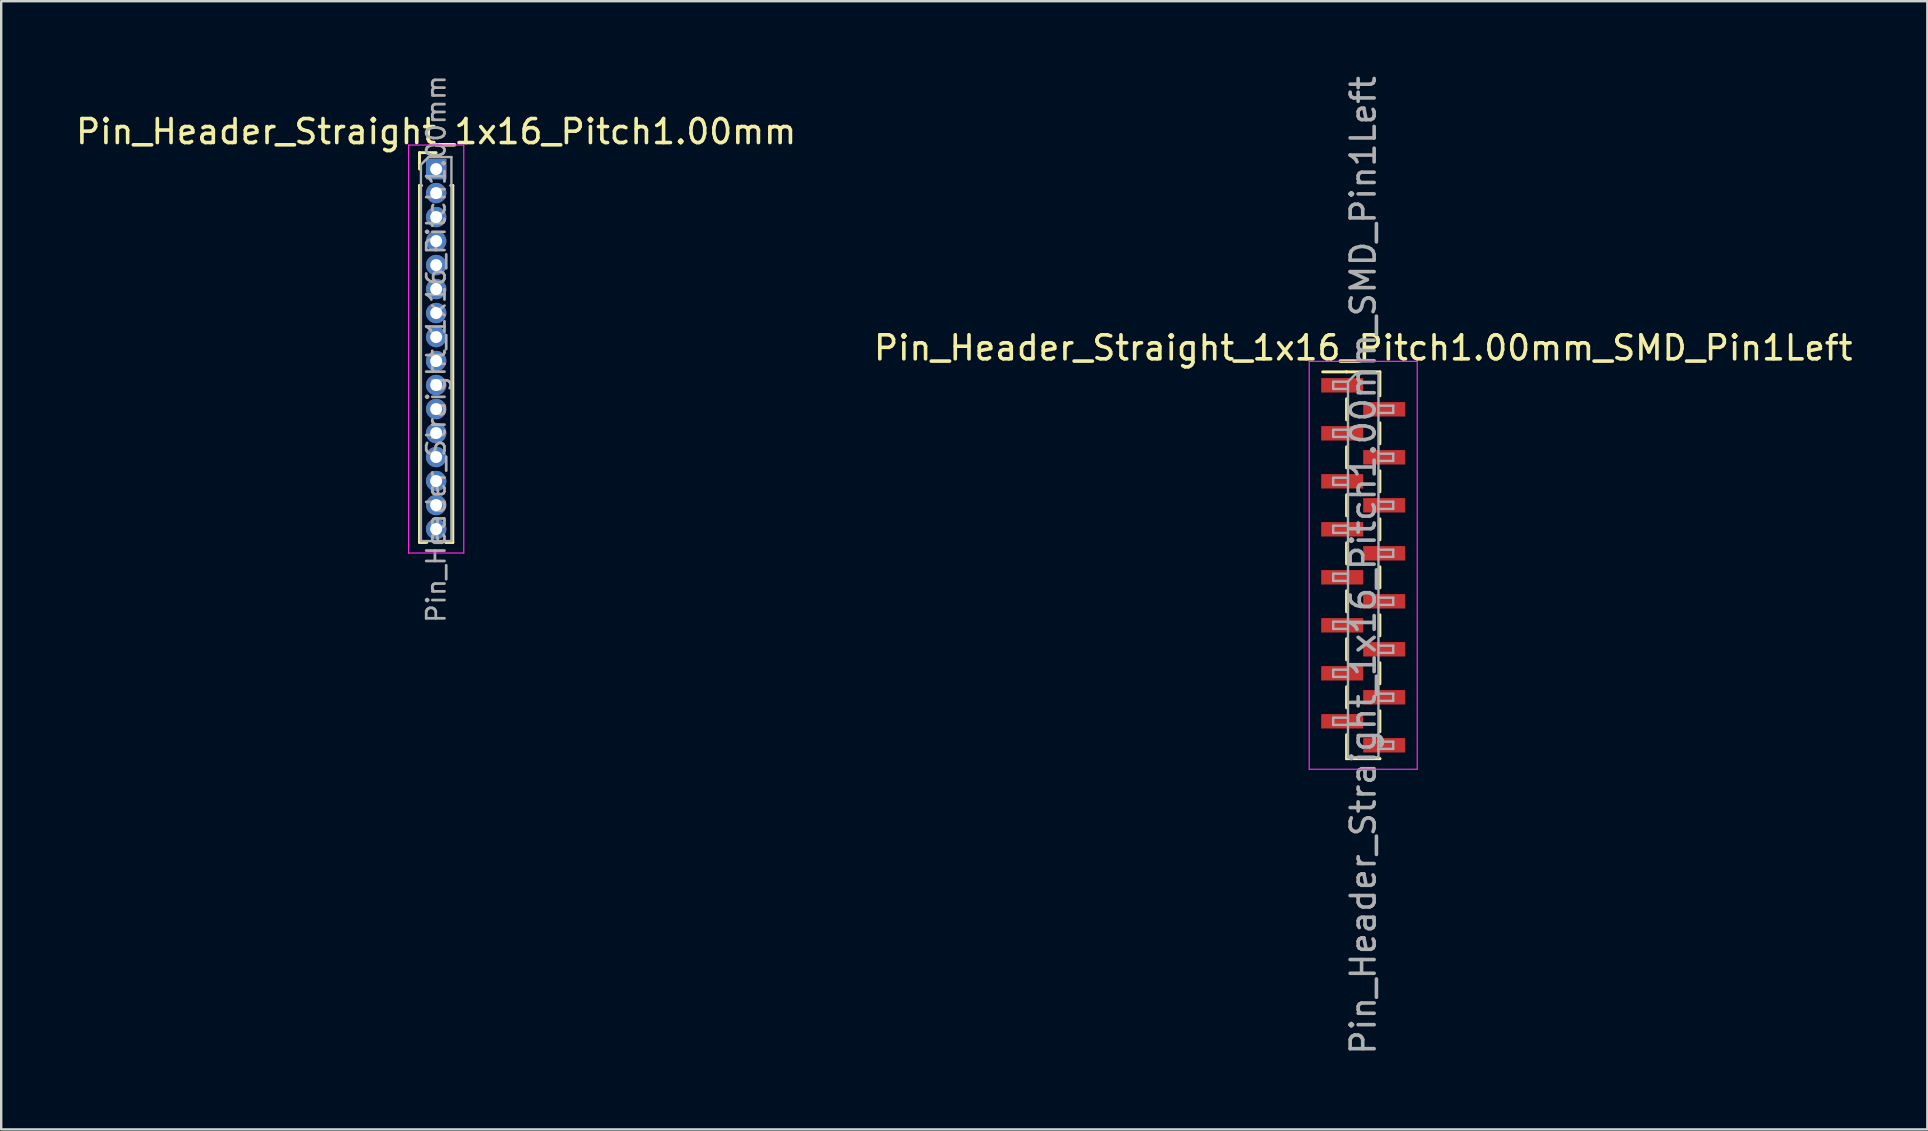
<source format=kicad_pcb>
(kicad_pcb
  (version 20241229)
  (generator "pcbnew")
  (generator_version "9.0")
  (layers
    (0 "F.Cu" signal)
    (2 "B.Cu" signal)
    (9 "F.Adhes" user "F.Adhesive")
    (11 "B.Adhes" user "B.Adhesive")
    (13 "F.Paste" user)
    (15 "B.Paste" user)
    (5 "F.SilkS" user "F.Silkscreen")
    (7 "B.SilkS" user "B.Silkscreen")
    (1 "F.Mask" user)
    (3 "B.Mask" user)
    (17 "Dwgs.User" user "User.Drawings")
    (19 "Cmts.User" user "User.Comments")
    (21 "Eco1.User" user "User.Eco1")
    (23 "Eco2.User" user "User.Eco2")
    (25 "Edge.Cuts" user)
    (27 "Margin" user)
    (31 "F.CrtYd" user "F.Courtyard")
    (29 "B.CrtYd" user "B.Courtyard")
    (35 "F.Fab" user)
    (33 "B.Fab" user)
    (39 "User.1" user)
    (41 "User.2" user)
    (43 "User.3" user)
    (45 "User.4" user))
  (footprint "Pin_Header_Straight_1x16_Pitch1.00mm_SMD_Pin1Left"
    (layer "F.Cu")
    (at 53.756 20.506)
    (property "Reference" "Pin_Header_Straight_1x16_Pitch1.00mm_SMD_Pin1Left" (at 0 -9.06 0) (layer "F.SilkS") (effects (font (size 1 1) (thickness 0.15))))
    (attr smd)
    (fp_line (start -0.695 -8.06) (end -1.69 -8.06) (stroke (width 0.12) (type solid)) (layer "F.SilkS"))
    (fp_line (start -0.695 -8.06) (end -0.695 -8.06) (stroke (width 0.12) (type solid)) (layer "F.SilkS"))
    (fp_line (start -0.695 -8.06) (end 0.695 -8.06) (stroke (width 0.12) (type solid)) (layer "F.SilkS"))
    (fp_line (start -0.695 -6.94) (end -0.695 -6.06) (stroke (width 0.12) (type solid)) (layer "F.SilkS"))
    (fp_line (start -0.695 -4.94) (end -0.695 -4.06) (stroke (width 0.12) (type solid)) (layer "F.SilkS"))
    (fp_line (start -0.695 -2.94) (end -0.695 -2.06) (stroke (width 0.12) (type solid)) (layer "F.SilkS"))
    (fp_line (start -0.695 -0.94) (end -0.695 -0.06) (stroke (width 0.12) (type solid)) (layer "F.SilkS"))
    (fp_line (start -0.695 1.06) (end -0.695 1.94) (stroke (width 0.12) (type solid)) (layer "F.SilkS"))
    (fp_line (start -0.695 3.06) (end -0.695 3.94) (stroke (width 0.12) (type solid)) (layer "F.SilkS"))
    (fp_line (start -0.695 5.06) (end -0.695 5.94) (stroke (width 0.12) (type solid)) (layer "F.SilkS"))
    (fp_line (start -0.695 7.06) (end -0.695 8.06) (stroke (width 0.12) (type solid)) (layer "F.SilkS"))
    (fp_line (start -0.695 8.06) (end 0.695 8.06) (stroke (width 0.12) (type solid)) (layer "F.SilkS"))
    (fp_line (start 0.695 -8.06) (end 0.695 -7.06) (stroke (width 0.12) (type solid)) (layer "F.SilkS"))
    (fp_line (start 0.695 -5.94) (end 0.695 -5.06) (stroke (width 0.12) (type solid)) (layer "F.SilkS"))
    (fp_line (start 0.695 -3.94) (end 0.695 -3.06) (stroke (width 0.12) (type solid)) (layer "F.SilkS"))
    (fp_line (start 0.695 -1.94) (end 0.695 -1.06) (stroke (width 0.12) (type solid)) (layer "F.SilkS"))
    (fp_line (start 0.695 0.06) (end 0.695 0.94) (stroke (width 0.12) (type solid)) (layer "F.SilkS"))
    (fp_line (start 0.695 2.06) (end 0.695 2.94) (stroke (width 0.12) (type solid)) (layer "F.SilkS"))
    (fp_line (start 0.695 4.06) (end 0.695 4.94) (stroke (width 0.12) (type solid)) (layer "F.SilkS"))
    (fp_line (start 0.695 6.06) (end 0.695 6.94) (stroke (width 0.12) (type solid)) (layer "F.SilkS"))
    (fp_line (start 0.695 8.06) (end 0.695 8.06) (stroke (width 0.12) (type solid)) (layer "F.SilkS"))
    (fp_line (start -2.25 -8.5) (end -2.25 8.5) (stroke (width 0.05) (type solid)) (layer "F.CrtYd"))
    (fp_line (start -2.25 8.5) (end 2.25 8.5) (stroke (width 0.05) (type solid)) (layer "F.CrtYd"))
    (fp_line (start 2.25 -8.5) (end -2.25 -8.5) (stroke (width 0.05) (type solid)) (layer "F.CrtYd"))
    (fp_line (start 2.25 8.5) (end 2.25 -8.5) (stroke (width 0.05) (type solid)) (layer "F.CrtYd"))
    (fp_line (start -1.25 -7.65) (end -1.25 -7.35) (stroke (width 0.1) (type solid)) (layer "F.Fab"))
    (fp_line (start -1.25 -7.35) (end -0.635 -7.35) (stroke (width 0.1) (type solid)) (layer "F.Fab"))
    (fp_line (start -1.25 -5.65) (end -1.25 -5.35) (stroke (width 0.1) (type solid)) (layer "F.Fab"))
    (fp_line (start -1.25 -5.35) (end -0.635 -5.35) (stroke (width 0.1) (type solid)) (layer "F.Fab"))
    (fp_line (start -1.25 -3.65) (end -1.25 -3.35) (stroke (width 0.1) (type solid)) (layer "F.Fab"))
    (fp_line (start -1.25 -3.35) (end -0.635 -3.35) (stroke (width 0.1) (type solid)) (layer "F.Fab"))
    (fp_line (start -1.25 -1.65) (end -1.25 -1.35) (stroke (width 0.1) (type solid)) (layer "F.Fab"))
    (fp_line (start -1.25 -1.35) (end -0.635 -1.35) (stroke (width 0.1) (type solid)) (layer "F.Fab"))
    (fp_line (start -1.25 0.35) (end -1.25 0.65) (stroke (width 0.1) (type solid)) (layer "F.Fab"))
    (fp_line (start -1.25 0.65) (end -0.635 0.65) (stroke (width 0.1) (type solid)) (layer "F.Fab"))
    (fp_line (start -1.25 2.35) (end -1.25 2.65) (stroke (width 0.1) (type solid)) (layer "F.Fab"))
    (fp_line (start -1.25 2.65) (end -0.635 2.65) (stroke (width 0.1) (type solid)) (layer "F.Fab"))
    (fp_line (start -1.25 4.35) (end -1.25 4.65) (stroke (width 0.1) (type solid)) (layer "F.Fab"))
    (fp_line (start -1.25 4.65) (end -0.635 4.65) (stroke (width 0.1) (type solid)) (layer "F.Fab"))
    (fp_line (start -1.25 6.35) (end -1.25 6.65) (stroke (width 0.1) (type solid)) (layer "F.Fab"))
    (fp_line (start -1.25 6.65) (end -0.635 6.65) (stroke (width 0.1) (type solid)) (layer "F.Fab"))
    (fp_line (start -0.635 -7.65) (end -1.25 -7.65) (stroke (width 0.1) (type solid)) (layer "F.Fab"))
    (fp_line (start -0.635 -7.65) (end -0.285 -8) (stroke (width 0.1) (type solid)) (layer "F.Fab"))
    (fp_line (start -0.635 -5.65) (end -1.25 -5.65) (stroke (width 0.1) (type solid)) (layer "F.Fab"))
    (fp_line (start -0.635 -3.65) (end -1.25 -3.65) (stroke (width 0.1) (type solid)) (layer "F.Fab"))
    (fp_line (start -0.635 -1.65) (end -1.25 -1.65) (stroke (width 0.1) (type solid)) (layer "F.Fab"))
    (fp_line (start -0.635 0.35) (end -1.25 0.35) (stroke (width 0.1) (type solid)) (layer "F.Fab"))
    (fp_line (start -0.635 2.35) (end -1.25 2.35) (stroke (width 0.1) (type solid)) (layer "F.Fab"))
    (fp_line (start -0.635 4.35) (end -1.25 4.35) (stroke (width 0.1) (type solid)) (layer "F.Fab"))
    (fp_line (start -0.635 6.35) (end -1.25 6.35) (stroke (width 0.1) (type solid)) (layer "F.Fab"))
    (fp_line (start -0.635 8) (end -0.635 -7.65) (stroke (width 0.1) (type solid)) (layer "F.Fab"))
    (fp_line (start -0.285 -8) (end 0.635 -8) (stroke (width 0.1) (type solid)) (layer "F.Fab"))
    (fp_line (start 0.635 -8) (end 0.635 8) (stroke (width 0.1) (type solid)) (layer "F.Fab"))
    (fp_line (start 0.635 -6.65) (end 1.25 -6.65) (stroke (width 0.1) (type solid)) (layer "F.Fab"))
    (fp_line (start 0.635 -4.65) (end 1.25 -4.65) (stroke (width 0.1) (type solid)) (layer "F.Fab"))
    (fp_line (start 0.635 -2.65) (end 1.25 -2.65) (stroke (width 0.1) (type solid)) (layer "F.Fab"))
    (fp_line (start 0.635 -0.65) (end 1.25 -0.65) (stroke (width 0.1) (type solid)) (layer "F.Fab"))
    (fp_line (start 0.635 1.35) (end 1.25 1.35) (stroke (width 0.1) (type solid)) (layer "F.Fab"))
    (fp_line (start 0.635 3.35) (end 1.25 3.35) (stroke (width 0.1) (type solid)) (layer "F.Fab"))
    (fp_line (start 0.635 5.35) (end 1.25 5.35) (stroke (width 0.1) (type solid)) (layer "F.Fab"))
    (fp_line (start 0.635 7.35) (end 1.25 7.35) (stroke (width 0.1) (type solid)) (layer "F.Fab"))
    (fp_line (start 0.635 8) (end -0.635 8) (stroke (width 0.1) (type solid)) (layer "F.Fab"))
    (fp_line (start 1.25 -6.65) (end 1.25 -6.35) (stroke (width 0.1) (type solid)) (layer "F.Fab"))
    (fp_line (start 1.25 -6.35) (end 0.635 -6.35) (stroke (width 0.1) (type solid)) (layer "F.Fab"))
    (fp_line (start 1.25 -4.65) (end 1.25 -4.35) (stroke (width 0.1) (type solid)) (layer "F.Fab"))
    (fp_line (start 1.25 -4.35) (end 0.635 -4.35) (stroke (width 0.1) (type solid)) (layer "F.Fab"))
    (fp_line (start 1.25 -2.65) (end 1.25 -2.35) (stroke (width 0.1) (type solid)) (layer "F.Fab"))
    (fp_line (start 1.25 -2.35) (end 0.635 -2.35) (stroke (width 0.1) (type solid)) (layer "F.Fab"))
    (fp_line (start 1.25 -0.65) (end 1.25 -0.35) (stroke (width 0.1) (type solid)) (layer "F.Fab"))
    (fp_line (start 1.25 -0.35) (end 0.635 -0.35) (stroke (width 0.1) (type solid)) (layer "F.Fab"))
    (fp_line (start 1.25 1.35) (end 1.25 1.65) (stroke (width 0.1) (type solid)) (layer "F.Fab"))
    (fp_line (start 1.25 1.65) (end 0.635 1.65) (stroke (width 0.1) (type solid)) (layer "F.Fab"))
    (fp_line (start 1.25 3.35) (end 1.25 3.65) (stroke (width 0.1) (type solid)) (layer "F.Fab"))
    (fp_line (start 1.25 3.65) (end 0.635 3.65) (stroke (width 0.1) (type solid)) (layer "F.Fab"))
    (fp_line (start 1.25 5.35) (end 1.25 5.65) (stroke (width 0.1) (type solid)) (layer "F.Fab"))
    (fp_line (start 1.25 5.65) (end 0.635 5.65) (stroke (width 0.1) (type solid)) (layer "F.Fab"))
    (fp_line (start 1.25 7.35) (end 1.25 7.65) (stroke (width 0.1) (type solid)) (layer "F.Fab"))
    (fp_line (start 1.25 7.65) (end 0.635 7.65) (stroke (width 0.1) (type solid)) (layer "F.Fab"))
    (fp_text user "${REFERENCE}" (at 0 0 90) (layer "F.Fab") (effects (font (size 1 1) (thickness 0.15))))
    (pad "1" smd rect (at -0.875 -7.5) (size 1.75 0.6) (layers "F.Cu" "F.Mask" "F.Paste"))
    (pad "2" smd rect (at 0.875 -6.5) (size 1.75 0.6) (layers "F.Cu" "F.Mask" "F.Paste"))
    (pad "3" smd rect (at -0.875 -5.5) (size 1.75 0.6) (layers "F.Cu" "F.Mask" "F.Paste"))
    (pad "4" smd rect (at 0.875 -4.5) (size 1.75 0.6) (layers "F.Cu" "F.Mask" "F.Paste"))
    (pad "5" smd rect (at -0.875 -3.5) (size 1.75 0.6) (layers "F.Cu" "F.Mask" "F.Paste"))
    (pad "6" smd rect (at 0.875 -2.5) (size 1.75 0.6) (layers "F.Cu" "F.Mask" "F.Paste"))
    (pad "7" smd rect (at -0.875 -1.5) (size 1.75 0.6) (layers "F.Cu" "F.Mask" "F.Paste"))
    (pad "8" smd rect (at 0.875 -0.5) (size 1.75 0.6) (layers "F.Cu" "F.Mask" "F.Paste"))
    (pad "9" smd rect (at -0.875 0.5) (size 1.75 0.6) (layers "F.Cu" "F.Mask" "F.Paste"))
    (pad "10" smd rect (at 0.875 1.5) (size 1.75 0.6) (layers "F.Cu" "F.Mask" "F.Paste"))
    (pad "11" smd rect (at -0.875 2.5) (size 1.75 0.6) (layers "F.Cu" "F.Mask" "F.Paste"))
    (pad "12" smd rect (at 0.875 3.5) (size 1.75 0.6) (layers "F.Cu" "F.Mask" "F.Paste"))
    (pad "13" smd rect (at -0.875 4.5) (size 1.75 0.6) (layers "F.Cu" "F.Mask" "F.Paste"))
    (pad "14" smd rect (at 0.875 5.5) (size 1.75 0.6) (layers "F.Cu" "F.Mask" "F.Paste"))
    (pad "15" smd rect (at -0.875 6.5) (size 1.75 0.6) (layers "F.Cu" "F.Mask" "F.Paste"))
    (pad "16" smd rect (at 0.875 7.5) (size 1.75 0.6) (layers "F.Cu" "F.Mask" "F.Paste")))
  (footprint "Pin_Header_Straight_1x16_Pitch1.00mm"
    (layer "F.Cu")
    (at 15.125 3.995)
    (property "Reference" "Pin_Header_Straight_1x16_Pitch1.00mm" (at 0 -1.56 0) (layer "F.SilkS") (effects (font (size 1 1) (thickness 0.15))))
    (attr through_hole)
    (fp_line (start -0.695 -0.685) (end 0 -0.685) (stroke (width 0.12) (type solid)) (layer "F.SilkS"))
    (fp_line (start -0.695 0) (end -0.695 -0.685) (stroke (width 0.12) (type solid)) (layer "F.SilkS"))
    (fp_line (start -0.695 0.685) (end -0.695 15.56) (stroke (width 0.12) (type solid)) (layer "F.SilkS"))
    (fp_line (start -0.695 0.685) (end -0.608 0.685) (stroke (width 0.12) (type solid)) (layer "F.SilkS"))
    (fp_line (start -0.695 15.56) (end -0.394 15.56) (stroke (width 0.12) (type solid)) (layer "F.SilkS"))
    (fp_line (start 0.394 15.56) (end 0.695 15.56) (stroke (width 0.12) (type solid)) (layer "F.SilkS"))
    (fp_line (start 0.608 0.685) (end 0.695 0.685) (stroke (width 0.12) (type solid)) (layer "F.SilkS"))
    (fp_line (start 0.695 0.685) (end 0.695 15.56) (stroke (width 0.12) (type solid)) (layer "F.SilkS"))
    (fp_line (start -1.15 -1) (end -1.15 16) (stroke (width 0.05) (type solid)) (layer "F.CrtYd"))
    (fp_line (start -1.15 16) (end 1.15 16) (stroke (width 0.05) (type solid)) (layer "F.CrtYd"))
    (fp_line (start 1.15 -1) (end -1.15 -1) (stroke (width 0.05) (type solid)) (layer "F.CrtYd"))
    (fp_line (start 1.15 16) (end 1.15 -1) (stroke (width 0.05) (type solid)) (layer "F.CrtYd"))
    (fp_line (start -0.635 -0.182) (end -0.318 -0.5) (stroke (width 0.1) (type solid)) (layer "F.Fab"))
    (fp_line (start -0.635 15.5) (end -0.635 -0.182) (stroke (width 0.1) (type solid)) (layer "F.Fab"))
    (fp_line (start -0.318 -0.5) (end 0.635 -0.5) (stroke (width 0.1) (type solid)) (layer "F.Fab"))
    (fp_line (start 0.635 -0.5) (end 0.635 15.5) (stroke (width 0.1) (type solid)) (layer "F.Fab"))
    (fp_line (start 0.635 15.5) (end -0.635 15.5) (stroke (width 0.1) (type solid)) (layer "F.Fab"))
    (fp_text user "${REFERENCE}" (at 0 7.5 90) (layer "F.Fab") (effects (font (size 0.76 0.76) (thickness 0.114))))
    (pad "1" thru_hole rect (at 0 0) (size 0.85 0.85) (drill 0.5) (layers "*.Cu" "*.Mask"))
    (pad "2" thru_hole oval (at 0 1) (size 0.85 0.85) (drill 0.5) (layers "*.Cu" "*.Mask"))
    (pad "3" thru_hole oval (at 0 2) (size 0.85 0.85) (drill 0.5) (layers "*.Cu" "*.Mask"))
    (pad "4" thru_hole oval (at 0 3) (size 0.85 0.85) (drill 0.5) (layers "*.Cu" "*.Mask"))
    (pad "5" thru_hole oval (at 0 4) (size 0.85 0.85) (drill 0.5) (layers "*.Cu" "*.Mask"))
    (pad "6" thru_hole oval (at 0 5) (size 0.85 0.85) (drill 0.5) (layers "*.Cu" "*.Mask"))
    (pad "7" thru_hole oval (at 0 6) (size 0.85 0.85) (drill 0.5) (layers "*.Cu" "*.Mask"))
    (pad "8" thru_hole oval (at 0 7) (size 0.85 0.85) (drill 0.5) (layers "*.Cu" "*.Mask"))
    (pad "9" thru_hole oval (at 0 8) (size 0.85 0.85) (drill 0.5) (layers "*.Cu" "*.Mask"))
    (pad "10" thru_hole oval (at 0 9) (size 0.85 0.85) (drill 0.5) (layers "*.Cu" "*.Mask"))
    (pad "11" thru_hole oval (at 0 10) (size 0.85 0.85) (drill 0.5) (layers "*.Cu" "*.Mask"))
    (pad "12" thru_hole oval (at 0 11) (size 0.85 0.85) (drill 0.5) (layers "*.Cu" "*.Mask"))
    (pad "13" thru_hole oval (at 0 12) (size 0.85 0.85) (drill 0.5) (layers "*.Cu" "*.Mask"))
    (pad "14" thru_hole oval (at 0 13) (size 0.85 0.85) (drill 0.5) (layers "*.Cu" "*.Mask"))
    (pad "15" thru_hole oval (at 0 14) (size 0.85 0.85) (drill 0.5) (layers "*.Cu" "*.Mask"))
    (pad "16" thru_hole oval (at 0 15) (size 0.85 0.85) (drill 0.5) (layers "*.Cu" "*.Mask")))
  (gr_rect
    (start -3 -3)
    (end 77.262 44.012)
    (stroke (width 0.1) (type default))
    (fill no)
    (layer "Edge.Cuts")))
</source>
